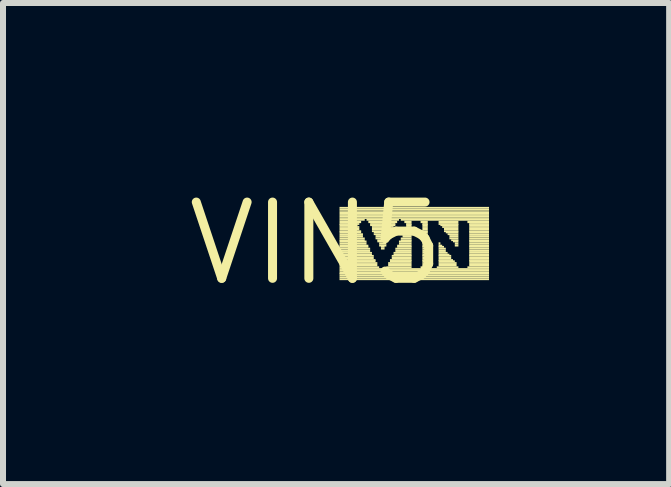
<source format=kicad_pcb>
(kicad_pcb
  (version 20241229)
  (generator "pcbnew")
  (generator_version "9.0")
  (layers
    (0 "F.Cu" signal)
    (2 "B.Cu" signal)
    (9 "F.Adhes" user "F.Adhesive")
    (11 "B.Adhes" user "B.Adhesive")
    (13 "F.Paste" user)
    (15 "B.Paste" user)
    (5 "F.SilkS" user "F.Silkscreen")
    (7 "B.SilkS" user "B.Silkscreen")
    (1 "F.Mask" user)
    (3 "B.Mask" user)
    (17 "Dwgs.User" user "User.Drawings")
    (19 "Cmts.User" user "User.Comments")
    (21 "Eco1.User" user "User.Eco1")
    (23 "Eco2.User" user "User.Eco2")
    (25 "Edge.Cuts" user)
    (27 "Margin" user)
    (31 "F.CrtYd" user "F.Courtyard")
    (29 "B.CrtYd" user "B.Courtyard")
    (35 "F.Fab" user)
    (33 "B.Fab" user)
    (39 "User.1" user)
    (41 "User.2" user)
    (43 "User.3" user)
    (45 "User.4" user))
  (footprint "VIN5"
    (layer "F.Cu")
    (at 2.215 1.006)
    (property "Reference" "VIN5" (at 0 0 0) (layer "F.SilkS") (effects (font (size 1.27 1.27) (thickness 0.15))))
    (attr through_hole)
    (fp_poly (pts (xy 0.39 -0.58) (xy 2.88 -0.58) (xy 2.88 -0.61) (xy 0.39 -0.61)) (stroke (width 0) (type solid)) (fill yes) (layer "F.SilkS"))
    (fp_poly (pts (xy 0.39 -0.55) (xy 2.88 -0.55) (xy 2.88 -0.58) (xy 0.39 -0.58)) (stroke (width 0) (type solid)) (fill yes) (layer "F.SilkS"))
    (fp_poly (pts (xy 0.39 -0.53) (xy 2.88 -0.53) (xy 2.88 -0.55) (xy 0.39 -0.55)) (stroke (width 0) (type solid)) (fill yes) (layer "F.SilkS"))
    (fp_poly (pts (xy 0.39 -0.49) (xy 2.88 -0.49) (xy 2.88 -0.53) (xy 0.39 -0.53)) (stroke (width 0) (type solid)) (fill yes) (layer "F.SilkS"))
    (fp_poly (pts (xy 0.39 -0.46) (xy 2.88 -0.46) (xy 2.88 -0.49) (xy 0.39 -0.49)) (stroke (width 0) (type solid)) (fill yes) (layer "F.SilkS"))
    (fp_poly (pts (xy 0.39 -0.43) (xy 2.88 -0.43) (xy 2.88 -0.46) (xy 0.39 -0.46)) (stroke (width 0) (type solid)) (fill yes) (layer "F.SilkS"))
    (fp_poly (pts (xy 0.39 -0.41) (xy 2.88 -0.41) (xy 2.88 -0.43) (xy 0.39 -0.43)) (stroke (width 0) (type solid)) (fill yes) (layer "F.SilkS"))
    (fp_poly (pts (xy 0.39 -0.38) (xy 0.81 -0.38) (xy 0.81 -0.41) (xy 0.39 -0.41)) (stroke (width 0) (type solid)) (fill yes) (layer "F.SilkS"))
    (fp_poly (pts (xy 0.39 -0.34) (xy 0.75 -0.34) (xy 0.75 -0.38) (xy 0.39 -0.38)) (stroke (width 0) (type solid)) (fill yes) (layer "F.SilkS"))
    (fp_poly (pts (xy 0.39 -0.31) (xy 0.72 -0.31) (xy 0.72 -0.34) (xy 0.39 -0.34)) (stroke (width 0) (type solid)) (fill yes) (layer "F.SilkS"))
    (fp_poly (pts (xy 0.39 -0.29) (xy 0.69 -0.29) (xy 0.69 -0.32) (xy 0.39 -0.32)) (stroke (width 0) (type solid)) (fill yes) (layer "F.SilkS"))
    (fp_poly (pts (xy 0.39 -0.26) (xy 0.72 -0.26) (xy 0.72 -0.29) (xy 0.39 -0.29)) (stroke (width 0) (type solid)) (fill yes) (layer "F.SilkS"))
    (fp_poly (pts (xy 0.39 -0.22) (xy 0.72 -0.22) (xy 0.72 -0.26) (xy 0.39 -0.26)) (stroke (width 0) (type solid)) (fill yes) (layer "F.SilkS"))
    (fp_poly (pts (xy 0.39 -0.19) (xy 0.75 -0.19) (xy 0.75 -0.22) (xy 0.39 -0.22)) (stroke (width 0) (type solid)) (fill yes) (layer "F.SilkS"))
    (fp_poly (pts (xy 0.39 -0.17) (xy 0.75 -0.17) (xy 0.75 -0.2) (xy 0.39 -0.2)) (stroke (width 0) (type solid)) (fill yes) (layer "F.SilkS"))
    (fp_poly (pts (xy 0.39 -0.14) (xy 0.78 -0.14) (xy 0.78 -0.17) (xy 0.39 -0.17)) (stroke (width 0) (type solid)) (fill yes) (layer "F.SilkS"))
    (fp_poly (pts (xy 0.39 -0.1) (xy 0.78 -0.1) (xy 0.78 -0.14) (xy 0.39 -0.14)) (stroke (width 0) (type solid)) (fill yes) (layer "F.SilkS"))
    (fp_poly (pts (xy 0.39 -0.07) (xy 0.81 -0.07) (xy 0.81 -0.1) (xy 0.39 -0.1)) (stroke (width 0) (type solid)) (fill yes) (layer "F.SilkS"))
    (fp_poly (pts (xy 0.39 -0.04) (xy 0.81 -0.04) (xy 0.81 -0.07) (xy 0.39 -0.07)) (stroke (width 0) (type solid)) (fill yes) (layer "F.SilkS"))
    (fp_poly (pts (xy 0.39 -0.02) (xy 0.84 -0.02) (xy 0.84 -0.05) (xy 0.39 -0.05)) (stroke (width 0) (type solid)) (fill yes) (layer "F.SilkS"))
    (fp_poly (pts (xy 0.39 0.02) (xy 0.84 0.02) (xy 0.84 -0.02) (xy 0.39 -0.02)) (stroke (width 0) (type solid)) (fill yes) (layer "F.SilkS"))
    (fp_poly (pts (xy 0.39 0.05) (xy 0.87 0.05) (xy 0.87 0.02) (xy 0.39 0.02)) (stroke (width 0) (type solid)) (fill yes) (layer "F.SilkS"))
    (fp_poly (pts (xy 0.39 0.07) (xy 0.87 0.07) (xy 0.87 0.04) (xy 0.39 0.04)) (stroke (width 0) (type solid)) (fill yes) (layer "F.SilkS"))
    (fp_poly (pts (xy 0.39 0.1) (xy 0.9 0.1) (xy 0.9 0.07) (xy 0.39 0.07)) (stroke (width 0) (type solid)) (fill yes) (layer "F.SilkS"))
    (fp_poly (pts (xy 0.39 0.14) (xy 0.9 0.14) (xy 0.9 0.1) (xy 0.39 0.1)) (stroke (width 0) (type solid)) (fill yes) (layer "F.SilkS"))
    (fp_poly (pts (xy 0.39 0.17) (xy 0.93 0.17) (xy 0.93 0.14) (xy 0.39 0.14)) (stroke (width 0) (type solid)) (fill yes) (layer "F.SilkS"))
    (fp_poly (pts (xy 0.39 0.2) (xy 0.93 0.2) (xy 0.93 0.17) (xy 0.39 0.17)) (stroke (width 0) (type solid)) (fill yes) (layer "F.SilkS"))
    (fp_poly (pts (xy 0.39 0.22) (xy 0.96 0.22) (xy 0.96 0.19) (xy 0.39 0.19)) (stroke (width 0) (type solid)) (fill yes) (layer "F.SilkS"))
    (fp_poly (pts (xy 0.39 0.26) (xy 0.96 0.26) (xy 0.96 0.22) (xy 0.39 0.22)) (stroke (width 0) (type solid)) (fill yes) (layer "F.SilkS"))
    (fp_poly (pts (xy 0.39 0.29) (xy 0.99 0.29) (xy 0.99 0.26) (xy 0.39 0.26)) (stroke (width 0) (type solid)) (fill yes) (layer "F.SilkS"))
    (fp_poly (pts (xy 0.39 0.31) (xy 0.99 0.31) (xy 0.99 0.28) (xy 0.39 0.28)) (stroke (width 0) (type solid)) (fill yes) (layer "F.SilkS"))
    (fp_poly (pts (xy 0.39 0.34) (xy 1.02 0.34) (xy 1.02 0.31) (xy 0.39 0.31)) (stroke (width 0) (type solid)) (fill yes) (layer "F.SilkS"))
    (fp_poly (pts (xy 0.39 0.38) (xy 1.02 0.38) (xy 1.02 0.34) (xy 0.39 0.34)) (stroke (width 0) (type solid)) (fill yes) (layer "F.SilkS"))
    (fp_poly (pts (xy 0.39 0.41) (xy 1.05 0.41) (xy 1.05 0.38) (xy 0.39 0.38)) (stroke (width 0) (type solid)) (fill yes) (layer "F.SilkS"))
    (fp_poly (pts (xy 0.39 0.44) (xy 2.88 0.44) (xy 2.88 0.41) (xy 0.39 0.41)) (stroke (width 0) (type solid)) (fill yes) (layer "F.SilkS"))
    (fp_poly (pts (xy 0.39 0.47) (xy 2.88 0.47) (xy 2.88 0.44) (xy 0.39 0.44)) (stroke (width 0) (type solid)) (fill yes) (layer "F.SilkS"))
    (fp_poly (pts (xy 0.39 0.5) (xy 2.88 0.5) (xy 2.88 0.47) (xy 0.39 0.47)) (stroke (width 0) (type solid)) (fill yes) (layer "F.SilkS"))
    (fp_poly (pts (xy 0.39 0.52) (xy 2.88 0.52) (xy 2.88 0.49) (xy 0.39 0.49)) (stroke (width 0) (type solid)) (fill yes) (layer "F.SilkS"))
    (fp_poly (pts (xy 0.39 0.55) (xy 2.88 0.55) (xy 2.88 0.52) (xy 0.39 0.52)) (stroke (width 0) (type solid)) (fill yes) (layer "F.SilkS"))
    (fp_poly (pts (xy 0.39 0.58) (xy 2.88 0.58) (xy 2.88 0.55) (xy 0.39 0.55)) (stroke (width 0) (type solid)) (fill yes) (layer "F.SilkS"))
    (fp_poly (pts (xy 0.39 0.61) (xy 2.88 0.61) (xy 2.88 0.58) (xy 0.39 0.58)) (stroke (width 0) (type solid)) (fill yes) (layer "F.SilkS"))
    (fp_poly (pts (xy 0.84 -0.38) (xy 1.38 -0.38) (xy 1.38 -0.41) (xy 0.84 -0.41)) (stroke (width 0) (type solid)) (fill yes) (layer "F.SilkS"))
    (fp_poly (pts (xy 0.87 -0.34) (xy 1.35 -0.34) (xy 1.35 -0.38) (xy 0.87 -0.38)) (stroke (width 0) (type solid)) (fill yes) (layer "F.SilkS"))
    (fp_poly (pts (xy 0.9 -0.31) (xy 1.32 -0.31) (xy 1.32 -0.34) (xy 0.9 -0.34)) (stroke (width 0) (type solid)) (fill yes) (layer "F.SilkS"))
    (fp_poly (pts (xy 0.9 -0.29) (xy 1.32 -0.29) (xy 1.32 -0.32) (xy 0.9 -0.32)) (stroke (width 0) (type solid)) (fill yes) (layer "F.SilkS"))
    (fp_poly (pts (xy 0.93 -0.26) (xy 1.29 -0.26) (xy 1.29 -0.29) (xy 0.93 -0.29)) (stroke (width 0) (type solid)) (fill yes) (layer "F.SilkS"))
    (fp_poly (pts (xy 0.93 -0.22) (xy 1.29 -0.22) (xy 1.29 -0.26) (xy 0.93 -0.26)) (stroke (width 0) (type solid)) (fill yes) (layer "F.SilkS"))
    (fp_poly (pts (xy 0.93 -0.19) (xy 1.26 -0.19) (xy 1.26 -0.22) (xy 0.93 -0.22)) (stroke (width 0) (type solid)) (fill yes) (layer "F.SilkS"))
    (fp_poly (pts (xy 0.96 -0.17) (xy 1.26 -0.17) (xy 1.26 -0.2) (xy 0.96 -0.2)) (stroke (width 0) (type solid)) (fill yes) (layer "F.SilkS"))
    (fp_poly (pts (xy 0.96 -0.14) (xy 1.23 -0.14) (xy 1.23 -0.17) (xy 0.96 -0.17)) (stroke (width 0) (type solid)) (fill yes) (layer "F.SilkS"))
    (fp_poly (pts (xy 0.99 -0.1) (xy 1.23 -0.1) (xy 1.23 -0.14) (xy 0.99 -0.14)) (stroke (width 0) (type solid)) (fill yes) (layer "F.SilkS"))
    (fp_poly (pts (xy 0.99 -0.07) (xy 1.23 -0.07) (xy 1.23 -0.1) (xy 0.99 -0.1)) (stroke (width 0) (type solid)) (fill yes) (layer "F.SilkS"))
    (fp_poly (pts (xy 1.02 -0.04) (xy 1.2 -0.04) (xy 1.2 -0.07) (xy 1.02 -0.07)) (stroke (width 0) (type solid)) (fill yes) (layer "F.SilkS"))
    (fp_poly (pts (xy 1.02 -0.02) (xy 1.2 -0.02) (xy 1.2 -0.05) (xy 1.02 -0.05)) (stroke (width 0) (type solid)) (fill yes) (layer "F.SilkS"))
    (fp_poly (pts (xy 1.05 0.02) (xy 1.17 0.02) (xy 1.17 -0.02) (xy 1.05 -0.02)) (stroke (width 0) (type solid)) (fill yes) (layer "F.SilkS"))
    (fp_poly (pts (xy 1.05 0.05) (xy 1.17 0.05) (xy 1.17 0.02) (xy 1.05 0.02)) (stroke (width 0) (type solid)) (fill yes) (layer "F.SilkS"))
    (fp_poly (pts (xy 1.08 0.07) (xy 1.14 0.07) (xy 1.14 0.04) (xy 1.08 0.04)) (stroke (width 0) (type solid)) (fill yes) (layer "F.SilkS"))
    (fp_poly (pts (xy 1.08 0.1) (xy 1.14 0.1) (xy 1.14 0.07) (xy 1.08 0.07)) (stroke (width 0) (type solid)) (fill yes) (layer "F.SilkS"))
    (fp_poly (pts (xy 1.17 0.41) (xy 1.59 0.41) (xy 1.59 0.38) (xy 1.17 0.38)) (stroke (width 0) (type solid)) (fill yes) (layer "F.SilkS"))
    (fp_poly (pts (xy 1.2 0.34) (xy 1.59 0.34) (xy 1.59 0.31) (xy 1.2 0.31)) (stroke (width 0) (type solid)) (fill yes) (layer "F.SilkS"))
    (fp_poly (pts (xy 1.2 0.38) (xy 1.59 0.38) (xy 1.59 0.34) (xy 1.2 0.34)) (stroke (width 0) (type solid)) (fill yes) (layer "F.SilkS"))
    (fp_poly (pts (xy 1.23 0.29) (xy 1.59 0.29) (xy 1.59 0.26) (xy 1.23 0.26)) (stroke (width 0) (type solid)) (fill yes) (layer "F.SilkS"))
    (fp_poly (pts (xy 1.23 0.31) (xy 1.59 0.31) (xy 1.59 0.28) (xy 1.23 0.28)) (stroke (width 0) (type solid)) (fill yes) (layer "F.SilkS"))
    (fp_poly (pts (xy 1.26 0.22) (xy 1.59 0.22) (xy 1.59 0.19) (xy 1.26 0.19)) (stroke (width 0) (type solid)) (fill yes) (layer "F.SilkS"))
    (fp_poly (pts (xy 1.26 0.26) (xy 1.59 0.26) (xy 1.59 0.22) (xy 1.26 0.22)) (stroke (width 0) (type solid)) (fill yes) (layer "F.SilkS"))
    (fp_poly (pts (xy 1.29 0.17) (xy 1.59 0.17) (xy 1.59 0.14) (xy 1.29 0.14)) (stroke (width 0) (type solid)) (fill yes) (layer "F.SilkS"))
    (fp_poly (pts (xy 1.29 0.2) (xy 1.59 0.2) (xy 1.59 0.17) (xy 1.29 0.17)) (stroke (width 0) (type solid)) (fill yes) (layer "F.SilkS"))
    (fp_poly (pts (xy 1.32 0.1) (xy 1.59 0.1) (xy 1.59 0.07) (xy 1.32 0.07)) (stroke (width 0) (type solid)) (fill yes) (layer "F.SilkS"))
    (fp_poly (pts (xy 1.32 0.14) (xy 1.59 0.14) (xy 1.59 0.1) (xy 1.32 0.1)) (stroke (width 0) (type solid)) (fill yes) (layer "F.SilkS"))
    (fp_poly (pts (xy 1.35 0.05) (xy 1.59 0.05) (xy 1.59 0.02) (xy 1.35 0.02)) (stroke (width 0) (type solid)) (fill yes) (layer "F.SilkS"))
    (fp_poly (pts (xy 1.35 0.07) (xy 1.59 0.07) (xy 1.59 0.04) (xy 1.35 0.04)) (stroke (width 0) (type solid)) (fill yes) (layer "F.SilkS"))
    (fp_poly (pts (xy 1.38 -0.02) (xy 1.59 -0.02) (xy 1.59 -0.05) (xy 1.38 -0.05)) (stroke (width 0) (type solid)) (fill yes) (layer "F.SilkS"))
    (fp_poly (pts (xy 1.38 0.02) (xy 1.59 0.02) (xy 1.59 -0.02) (xy 1.38 -0.02)) (stroke (width 0) (type solid)) (fill yes) (layer "F.SilkS"))
    (fp_poly (pts (xy 1.41 -0.38) (xy 2.88 -0.38) (xy 2.88 -0.41) (xy 1.41 -0.41)) (stroke (width 0) (type solid)) (fill yes) (layer "F.SilkS"))
    (fp_poly (pts (xy 1.41 -0.07) (xy 1.59 -0.07) (xy 1.59 -0.1) (xy 1.41 -0.1)) (stroke (width 0) (type solid)) (fill yes) (layer "F.SilkS"))
    (fp_poly (pts (xy 1.41 -0.04) (xy 1.59 -0.04) (xy 1.59 -0.07) (xy 1.41 -0.07)) (stroke (width 0) (type solid)) (fill yes) (layer "F.SilkS"))
    (fp_poly (pts (xy 1.44 -0.14) (xy 1.59 -0.14) (xy 1.59 -0.17) (xy 1.44 -0.17)) (stroke (width 0) (type solid)) (fill yes) (layer "F.SilkS"))
    (fp_poly (pts (xy 1.44 -0.1) (xy 1.59 -0.1) (xy 1.59 -0.14) (xy 1.44 -0.14)) (stroke (width 0) (type solid)) (fill yes) (layer "F.SilkS"))
    (fp_poly (pts (xy 1.47 -0.34) (xy 1.59 -0.34) (xy 1.59 -0.38) (xy 1.47 -0.38)) (stroke (width 0) (type solid)) (fill yes) (layer "F.SilkS"))
    (fp_poly (pts (xy 1.47 -0.19) (xy 1.59 -0.19) (xy 1.59 -0.22) (xy 1.47 -0.22)) (stroke (width 0) (type solid)) (fill yes) (layer "F.SilkS"))
    (fp_poly (pts (xy 1.47 -0.17) (xy 1.59 -0.17) (xy 1.59 -0.2) (xy 1.47 -0.2)) (stroke (width 0) (type solid)) (fill yes) (layer "F.SilkS"))
    (fp_poly (pts (xy 1.5 -0.31) (xy 1.59 -0.31) (xy 1.59 -0.34) (xy 1.5 -0.34)) (stroke (width 0) (type solid)) (fill yes) (layer "F.SilkS"))
    (fp_poly (pts (xy 1.5 -0.29) (xy 1.59 -0.29) (xy 1.59 -0.32) (xy 1.5 -0.32)) (stroke (width 0) (type solid)) (fill yes) (layer "F.SilkS"))
    (fp_poly (pts (xy 1.5 -0.26) (xy 1.59 -0.26) (xy 1.59 -0.29) (xy 1.5 -0.29)) (stroke (width 0) (type solid)) (fill yes) (layer "F.SilkS"))
    (fp_poly (pts (xy 1.5 -0.22) (xy 1.59 -0.22) (xy 1.59 -0.26) (xy 1.5 -0.26)) (stroke (width 0) (type solid)) (fill yes) (layer "F.SilkS"))
    (fp_poly (pts (xy 1.74 -0.34) (xy 1.86 -0.34) (xy 1.86 -0.38) (xy 1.74 -0.38)) (stroke (width 0) (type solid)) (fill yes) (layer "F.SilkS"))
    (fp_poly (pts (xy 1.74 0.41) (xy 1.89 0.41) (xy 1.89 0.38) (xy 1.74 0.38)) (stroke (width 0) (type solid)) (fill yes) (layer "F.SilkS"))
    (fp_poly (pts (xy 1.77 -0.31) (xy 1.86 -0.31) (xy 1.86 -0.34) (xy 1.77 -0.34)) (stroke (width 0) (type solid)) (fill yes) (layer "F.SilkS"))
    (fp_poly (pts (xy 1.77 -0.29) (xy 1.86 -0.29) (xy 1.86 -0.32) (xy 1.77 -0.32)) (stroke (width 0) (type solid)) (fill yes) (layer "F.SilkS"))
    (fp_poly (pts (xy 1.77 -0.26) (xy 1.86 -0.26) (xy 1.86 -0.29) (xy 1.77 -0.29)) (stroke (width 0) (type solid)) (fill yes) (layer "F.SilkS"))
    (fp_poly (pts (xy 1.77 -0.22) (xy 1.86 -0.22) (xy 1.86 -0.26) (xy 1.77 -0.26)) (stroke (width 0) (type solid)) (fill yes) (layer "F.SilkS"))
    (fp_poly (pts (xy 1.77 -0.19) (xy 1.86 -0.19) (xy 1.86 -0.22) (xy 1.77 -0.22)) (stroke (width 0) (type solid)) (fill yes) (layer "F.SilkS"))
    (fp_poly (pts (xy 1.77 -0.17) (xy 1.86 -0.17) (xy 1.86 -0.2) (xy 1.77 -0.2)) (stroke (width 0) (type solid)) (fill yes) (layer "F.SilkS"))
    (fp_poly (pts (xy 1.77 -0.14) (xy 1.86 -0.14) (xy 1.86 -0.17) (xy 1.77 -0.17)) (stroke (width 0) (type solid)) (fill yes) (layer "F.SilkS"))
    (fp_poly (pts (xy 1.77 -0.1) (xy 1.86 -0.1) (xy 1.86 -0.14) (xy 1.77 -0.14)) (stroke (width 0) (type solid)) (fill yes) (layer "F.SilkS"))
    (fp_poly (pts (xy 1.77 -0.07) (xy 1.86 -0.07) (xy 1.86 -0.1) (xy 1.77 -0.1)) (stroke (width 0) (type solid)) (fill yes) (layer "F.SilkS"))
    (fp_poly (pts (xy 1.77 -0.04) (xy 1.86 -0.04) (xy 1.86 -0.07) (xy 1.77 -0.07)) (stroke (width 0) (type solid)) (fill yes) (layer "F.SilkS"))
    (fp_poly (pts (xy 1.77 -0.02) (xy 1.86 -0.02) (xy 1.86 -0.05) (xy 1.77 -0.05)) (stroke (width 0) (type solid)) (fill yes) (layer "F.SilkS"))
    (fp_poly (pts (xy 1.77 0.02) (xy 1.86 0.02) (xy 1.86 -0.02) (xy 1.77 -0.02)) (stroke (width 0) (type solid)) (fill yes) (layer "F.SilkS"))
    (fp_poly (pts (xy 1.77 0.05) (xy 1.86 0.05) (xy 1.86 0.02) (xy 1.77 0.02)) (stroke (width 0) (type solid)) (fill yes) (layer "F.SilkS"))
    (fp_poly (pts (xy 1.77 0.07) (xy 1.86 0.07) (xy 1.86 0.04) (xy 1.77 0.04)) (stroke (width 0) (type solid)) (fill yes) (layer "F.SilkS"))
    (fp_poly (pts (xy 1.77 0.1) (xy 1.86 0.1) (xy 1.86 0.07) (xy 1.77 0.07)) (stroke (width 0) (type solid)) (fill yes) (layer "F.SilkS"))
    (fp_poly (pts (xy 1.77 0.14) (xy 1.86 0.14) (xy 1.86 0.1) (xy 1.77 0.1)) (stroke (width 0) (type solid)) (fill yes) (layer "F.SilkS"))
    (fp_poly (pts (xy 1.77 0.17) (xy 1.86 0.17) (xy 1.86 0.14) (xy 1.77 0.14)) (stroke (width 0) (type solid)) (fill yes) (layer "F.SilkS"))
    (fp_poly (pts (xy 1.77 0.2) (xy 1.86 0.2) (xy 1.86 0.17) (xy 1.77 0.17)) (stroke (width 0) (type solid)) (fill yes) (layer "F.SilkS"))
    (fp_poly (pts (xy 1.77 0.22) (xy 1.86 0.22) (xy 1.86 0.19) (xy 1.77 0.19)) (stroke (width 0) (type solid)) (fill yes) (layer "F.SilkS"))
    (fp_poly (pts (xy 1.77 0.26) (xy 1.86 0.26) (xy 1.86 0.22) (xy 1.77 0.22)) (stroke (width 0) (type solid)) (fill yes) (layer "F.SilkS"))
    (fp_poly (pts (xy 1.77 0.29) (xy 1.86 0.29) (xy 1.86 0.26) (xy 1.77 0.26)) (stroke (width 0) (type solid)) (fill yes) (layer "F.SilkS"))
    (fp_poly (pts (xy 1.77 0.31) (xy 1.86 0.31) (xy 1.86 0.28) (xy 1.77 0.28)) (stroke (width 0) (type solid)) (fill yes) (layer "F.SilkS"))
    (fp_poly (pts (xy 1.77 0.34) (xy 1.86 0.34) (xy 1.86 0.31) (xy 1.77 0.31)) (stroke (width 0) (type solid)) (fill yes) (layer "F.SilkS"))
    (fp_poly (pts (xy 1.77 0.38) (xy 1.86 0.38) (xy 1.86 0.34) (xy 1.77 0.34)) (stroke (width 0) (type solid)) (fill yes) (layer "F.SilkS"))
    (fp_poly (pts (xy 2.01 0.41) (xy 2.37 0.41) (xy 2.37 0.38) (xy 2.01 0.38)) (stroke (width 0) (type solid)) (fill yes) (layer "F.SilkS"))
    (fp_poly (pts (xy 2.04 -0.34) (xy 2.37 -0.34) (xy 2.37 -0.38) (xy 2.04 -0.38)) (stroke (width 0) (type solid)) (fill yes) (layer "F.SilkS"))
    (fp_poly (pts (xy 2.04 -0.31) (xy 2.37 -0.31) (xy 2.37 -0.34) (xy 2.04 -0.34)) (stroke (width 0) (type solid)) (fill yes) (layer "F.SilkS"))
    (fp_poly (pts (xy 2.04 0.02) (xy 2.07 0.02) (xy 2.07 -0.02) (xy 2.04 -0.02)) (stroke (width 0) (type solid)) (fill yes) (layer "F.SilkS"))
    (fp_poly (pts (xy 2.04 0.05) (xy 2.1 0.05) (xy 2.1 0.02) (xy 2.04 0.02)) (stroke (width 0) (type solid)) (fill yes) (layer "F.SilkS"))
    (fp_poly (pts (xy 2.04 0.07) (xy 2.13 0.07) (xy 2.13 0.04) (xy 2.04 0.04)) (stroke (width 0) (type solid)) (fill yes) (layer "F.SilkS"))
    (fp_poly (pts (xy 2.04 0.1) (xy 2.16 0.1) (xy 2.16 0.07) (xy 2.04 0.07)) (stroke (width 0) (type solid)) (fill yes) (layer "F.SilkS"))
    (fp_poly (pts (xy 2.04 0.14) (xy 2.16 0.14) (xy 2.16 0.1) (xy 2.04 0.1)) (stroke (width 0) (type solid)) (fill yes) (layer "F.SilkS"))
    (fp_poly (pts (xy 2.04 0.17) (xy 2.19 0.17) (xy 2.19 0.14) (xy 2.04 0.14)) (stroke (width 0) (type solid)) (fill yes) (layer "F.SilkS"))
    (fp_poly (pts (xy 2.04 0.2) (xy 2.22 0.2) (xy 2.22 0.17) (xy 2.04 0.17)) (stroke (width 0) (type solid)) (fill yes) (layer "F.SilkS"))
    (fp_poly (pts (xy 2.04 0.22) (xy 2.25 0.22) (xy 2.25 0.19) (xy 2.04 0.19)) (stroke (width 0) (type solid)) (fill yes) (layer "F.SilkS"))
    (fp_poly (pts (xy 2.04 0.26) (xy 2.25 0.26) (xy 2.25 0.22) (xy 2.04 0.22)) (stroke (width 0) (type solid)) (fill yes) (layer "F.SilkS"))
    (fp_poly (pts (xy 2.04 0.29) (xy 2.28 0.29) (xy 2.28 0.26) (xy 2.04 0.26)) (stroke (width 0) (type solid)) (fill yes) (layer "F.SilkS"))
    (fp_poly (pts (xy 2.04 0.31) (xy 2.31 0.31) (xy 2.31 0.28) (xy 2.04 0.28)) (stroke (width 0) (type solid)) (fill yes) (layer "F.SilkS"))
    (fp_poly (pts (xy 2.04 0.34) (xy 2.34 0.34) (xy 2.34 0.31) (xy 2.04 0.31)) (stroke (width 0) (type solid)) (fill yes) (layer "F.SilkS"))
    (fp_poly (pts (xy 2.04 0.38) (xy 2.34 0.38) (xy 2.34 0.34) (xy 2.04 0.34)) (stroke (width 0) (type solid)) (fill yes) (layer "F.SilkS"))
    (fp_poly (pts (xy 2.07 -0.29) (xy 2.37 -0.29) (xy 2.37 -0.32) (xy 2.07 -0.32)) (stroke (width 0) (type solid)) (fill yes) (layer "F.SilkS"))
    (fp_poly (pts (xy 2.1 -0.26) (xy 2.37 -0.26) (xy 2.37 -0.29) (xy 2.1 -0.29)) (stroke (width 0) (type solid)) (fill yes) (layer "F.SilkS"))
    (fp_poly (pts (xy 2.13 -0.22) (xy 2.37 -0.22) (xy 2.37 -0.26) (xy 2.13 -0.26)) (stroke (width 0) (type solid)) (fill yes) (layer "F.SilkS"))
    (fp_poly (pts (xy 2.13 -0.19) (xy 2.37 -0.19) (xy 2.37 -0.22) (xy 2.13 -0.22)) (stroke (width 0) (type solid)) (fill yes) (layer "F.SilkS"))
    (fp_poly (pts (xy 2.16 -0.17) (xy 2.37 -0.17) (xy 2.37 -0.2) (xy 2.16 -0.2)) (stroke (width 0) (type solid)) (fill yes) (layer "F.SilkS"))
    (fp_poly (pts (xy 2.19 -0.14) (xy 2.37 -0.14) (xy 2.37 -0.17) (xy 2.19 -0.17)) (stroke (width 0) (type solid)) (fill yes) (layer "F.SilkS"))
    (fp_poly (pts (xy 2.22 -0.1) (xy 2.37 -0.1) (xy 2.37 -0.14) (xy 2.22 -0.14)) (stroke (width 0) (type solid)) (fill yes) (layer "F.SilkS"))
    (fp_poly (pts (xy 2.22 -0.07) (xy 2.37 -0.07) (xy 2.37 -0.1) (xy 2.22 -0.1)) (stroke (width 0) (type solid)) (fill yes) (layer "F.SilkS"))
    (fp_poly (pts (xy 2.25 -0.04) (xy 2.37 -0.04) (xy 2.37 -0.07) (xy 2.25 -0.07)) (stroke (width 0) (type solid)) (fill yes) (layer "F.SilkS"))
    (fp_poly (pts (xy 2.28 -0.02) (xy 2.37 -0.02) (xy 2.37 -0.05) (xy 2.28 -0.05)) (stroke (width 0) (type solid)) (fill yes) (layer "F.SilkS"))
    (fp_poly (pts (xy 2.31 0.02) (xy 2.37 0.02) (xy 2.37 -0.02) (xy 2.31 -0.02)) (stroke (width 0) (type solid)) (fill yes) (layer "F.SilkS"))
    (fp_poly (pts (xy 2.31 0.05) (xy 2.37 0.05) (xy 2.37 0.02) (xy 2.31 0.02)) (stroke (width 0) (type solid)) (fill yes) (layer "F.SilkS"))
    (fp_poly (pts (xy 2.52 -0.34) (xy 2.88 -0.34) (xy 2.88 -0.38) (xy 2.52 -0.38)) (stroke (width 0) (type solid)) (fill yes) (layer "F.SilkS"))
    (fp_poly (pts (xy 2.52 0.41) (xy 2.88 0.41) (xy 2.88 0.38) (xy 2.52 0.38)) (stroke (width 0) (type solid)) (fill yes) (layer "F.SilkS"))
    (fp_poly (pts (xy 2.55 -0.31) (xy 2.88 -0.31) (xy 2.88 -0.34) (xy 2.55 -0.34)) (stroke (width 0) (type solid)) (fill yes) (layer "F.SilkS"))
    (fp_poly (pts (xy 2.55 -0.29) (xy 2.88 -0.29) (xy 2.88 -0.32) (xy 2.55 -0.32)) (stroke (width 0) (type solid)) (fill yes) (layer "F.SilkS"))
    (fp_poly (pts (xy 2.55 -0.26) (xy 2.88 -0.26) (xy 2.88 -0.29) (xy 2.55 -0.29)) (stroke (width 0) (type solid)) (fill yes) (layer "F.SilkS"))
    (fp_poly (pts (xy 2.55 -0.22) (xy 2.88 -0.22) (xy 2.88 -0.26) (xy 2.55 -0.26)) (stroke (width 0) (type solid)) (fill yes) (layer "F.SilkS"))
    (fp_poly (pts (xy 2.55 -0.19) (xy 2.88 -0.19) (xy 2.88 -0.22) (xy 2.55 -0.22)) (stroke (width 0) (type solid)) (fill yes) (layer "F.SilkS"))
    (fp_poly (pts (xy 2.55 -0.17) (xy 2.88 -0.17) (xy 2.88 -0.2) (xy 2.55 -0.2)) (stroke (width 0) (type solid)) (fill yes) (layer "F.SilkS"))
    (fp_poly (pts (xy 2.55 -0.14) (xy 2.88 -0.14) (xy 2.88 -0.17) (xy 2.55 -0.17)) (stroke (width 0) (type solid)) (fill yes) (layer "F.SilkS"))
    (fp_poly (pts (xy 2.55 -0.1) (xy 2.88 -0.1) (xy 2.88 -0.14) (xy 2.55 -0.14)) (stroke (width 0) (type solid)) (fill yes) (layer "F.SilkS"))
    (fp_poly (pts (xy 2.55 -0.07) (xy 2.88 -0.07) (xy 2.88 -0.1) (xy 2.55 -0.1)) (stroke (width 0) (type solid)) (fill yes) (layer "F.SilkS"))
    (fp_poly (pts (xy 2.55 -0.04) (xy 2.88 -0.04) (xy 2.88 -0.07) (xy 2.55 -0.07)) (stroke (width 0) (type solid)) (fill yes) (layer "F.SilkS"))
    (fp_poly (pts (xy 2.55 -0.02) (xy 2.88 -0.02) (xy 2.88 -0.05) (xy 2.55 -0.05)) (stroke (width 0) (type solid)) (fill yes) (layer "F.SilkS"))
    (fp_poly (pts (xy 2.55 0.02) (xy 2.88 0.02) (xy 2.88 -0.02) (xy 2.55 -0.02)) (stroke (width 0) (type solid)) (fill yes) (layer "F.SilkS"))
    (fp_poly (pts (xy 2.55 0.05) (xy 2.88 0.05) (xy 2.88 0.02) (xy 2.55 0.02)) (stroke (width 0) (type solid)) (fill yes) (layer "F.SilkS"))
    (fp_poly (pts (xy 2.55 0.07) (xy 2.88 0.07) (xy 2.88 0.04) (xy 2.55 0.04)) (stroke (width 0) (type solid)) (fill yes) (layer "F.SilkS"))
    (fp_poly (pts (xy 2.55 0.1) (xy 2.88 0.1) (xy 2.88 0.07) (xy 2.55 0.07)) (stroke (width 0) (type solid)) (fill yes) (layer "F.SilkS"))
    (fp_poly (pts (xy 2.55 0.14) (xy 2.88 0.14) (xy 2.88 0.1) (xy 2.55 0.1)) (stroke (width 0) (type solid)) (fill yes) (layer "F.SilkS"))
    (fp_poly (pts (xy 2.55 0.17) (xy 2.88 0.17) (xy 2.88 0.14) (xy 2.55 0.14)) (stroke (width 0) (type solid)) (fill yes) (layer "F.SilkS"))
    (fp_poly (pts (xy 2.55 0.2) (xy 2.88 0.2) (xy 2.88 0.17) (xy 2.55 0.17)) (stroke (width 0) (type solid)) (fill yes) (layer "F.SilkS"))
    (fp_poly (pts (xy 2.55 0.22) (xy 2.88 0.22) (xy 2.88 0.19) (xy 2.55 0.19)) (stroke (width 0) (type solid)) (fill yes) (layer "F.SilkS"))
    (fp_poly (pts (xy 2.55 0.26) (xy 2.88 0.26) (xy 2.88 0.22) (xy 2.55 0.22)) (stroke (width 0) (type solid)) (fill yes) (layer "F.SilkS"))
    (fp_poly (pts (xy 2.55 0.29) (xy 2.88 0.29) (xy 2.88 0.26) (xy 2.55 0.26)) (stroke (width 0) (type solid)) (fill yes) (layer "F.SilkS"))
    (fp_poly (pts (xy 2.55 0.31) (xy 2.88 0.31) (xy 2.88 0.28) (xy 2.55 0.28)) (stroke (width 0) (type solid)) (fill yes) (layer "F.SilkS"))
    (fp_poly (pts (xy 2.55 0.34) (xy 2.88 0.34) (xy 2.88 0.31) (xy 2.55 0.31)) (stroke (width 0) (type solid)) (fill yes) (layer "F.SilkS"))
    (fp_poly (pts (xy 2.55 0.38) (xy 2.88 0.38) (xy 2.88 0.34) (xy 2.55 0.34)) (stroke (width 0) (type solid)) (fill yes) (layer "F.SilkS")))
  (gr_rect
    (start -3 -3)
    (end 8.095 5.012)
    (stroke (width 0.1) (type default))
    (fill no)
    (layer "Edge.Cuts")))
</source>
